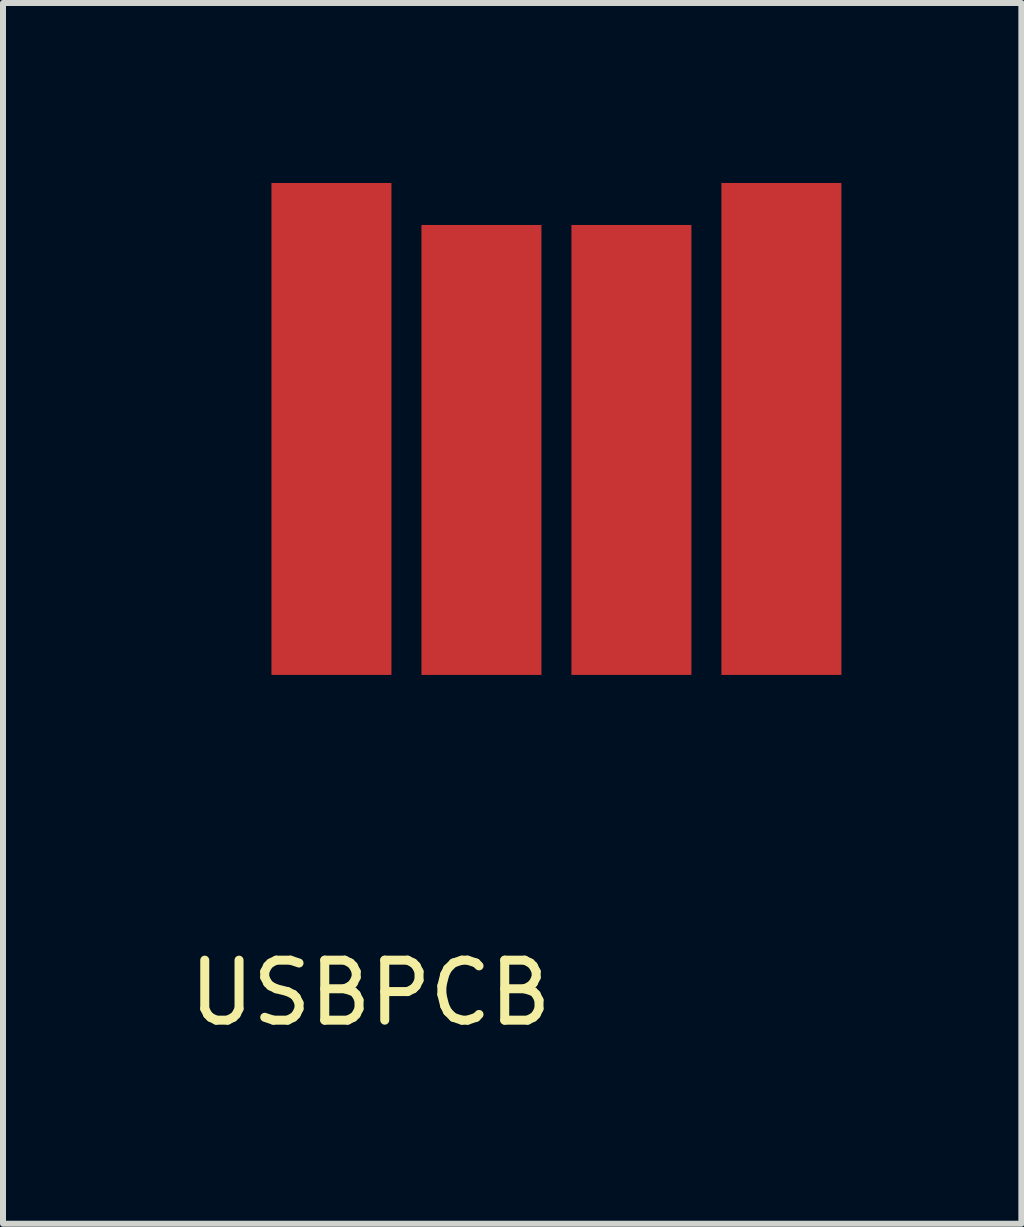
<source format=kicad_pcb>
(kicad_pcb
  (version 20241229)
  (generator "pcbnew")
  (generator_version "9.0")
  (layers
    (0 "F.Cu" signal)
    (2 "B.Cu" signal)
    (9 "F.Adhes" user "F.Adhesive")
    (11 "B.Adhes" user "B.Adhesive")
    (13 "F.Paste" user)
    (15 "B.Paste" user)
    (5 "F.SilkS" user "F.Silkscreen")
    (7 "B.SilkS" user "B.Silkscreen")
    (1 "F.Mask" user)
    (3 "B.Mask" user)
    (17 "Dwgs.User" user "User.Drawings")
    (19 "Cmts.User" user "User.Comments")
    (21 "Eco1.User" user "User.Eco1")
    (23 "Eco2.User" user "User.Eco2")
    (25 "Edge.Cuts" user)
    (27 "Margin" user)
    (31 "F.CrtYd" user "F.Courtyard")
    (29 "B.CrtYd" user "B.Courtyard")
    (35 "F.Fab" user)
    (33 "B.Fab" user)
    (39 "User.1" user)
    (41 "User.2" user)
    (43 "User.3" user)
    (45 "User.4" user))
  (footprint "USBPCB"
    (layer "F.Cu")
    (at 6.225 8.2)
    (property "Reference" "USBPCB" (at -3.1 5.3 0) (layer "F.SilkS") (effects (font (size 1 1) (thickness 0.15))))
    (attr through_hole)
    (pad "1" smd rect (at -3.75 -4.1) (size 2 8.2) (layers "F.Cu" "F.Mask" "F.Paste"))
    (pad "2" smd rect (at 3.75 -4.1) (size 2 8.2) (layers "F.Cu" "F.Mask" "F.Paste"))
    (pad "3" smd rect (at -1.25 -3.75) (size 2 7.5) (layers "F.Cu" "F.Mask" "F.Paste"))
    (pad "4" smd rect (at 1.25 -3.75) (size 2 7.5) (layers "F.Cu" "F.Mask" "F.Paste")))
  (gr_rect
    (start -3 -3)
    (end 13.975 17.348)
    (stroke (width 0.1) (type default))
    (fill no)
    (layer "Edge.Cuts")))
</source>
